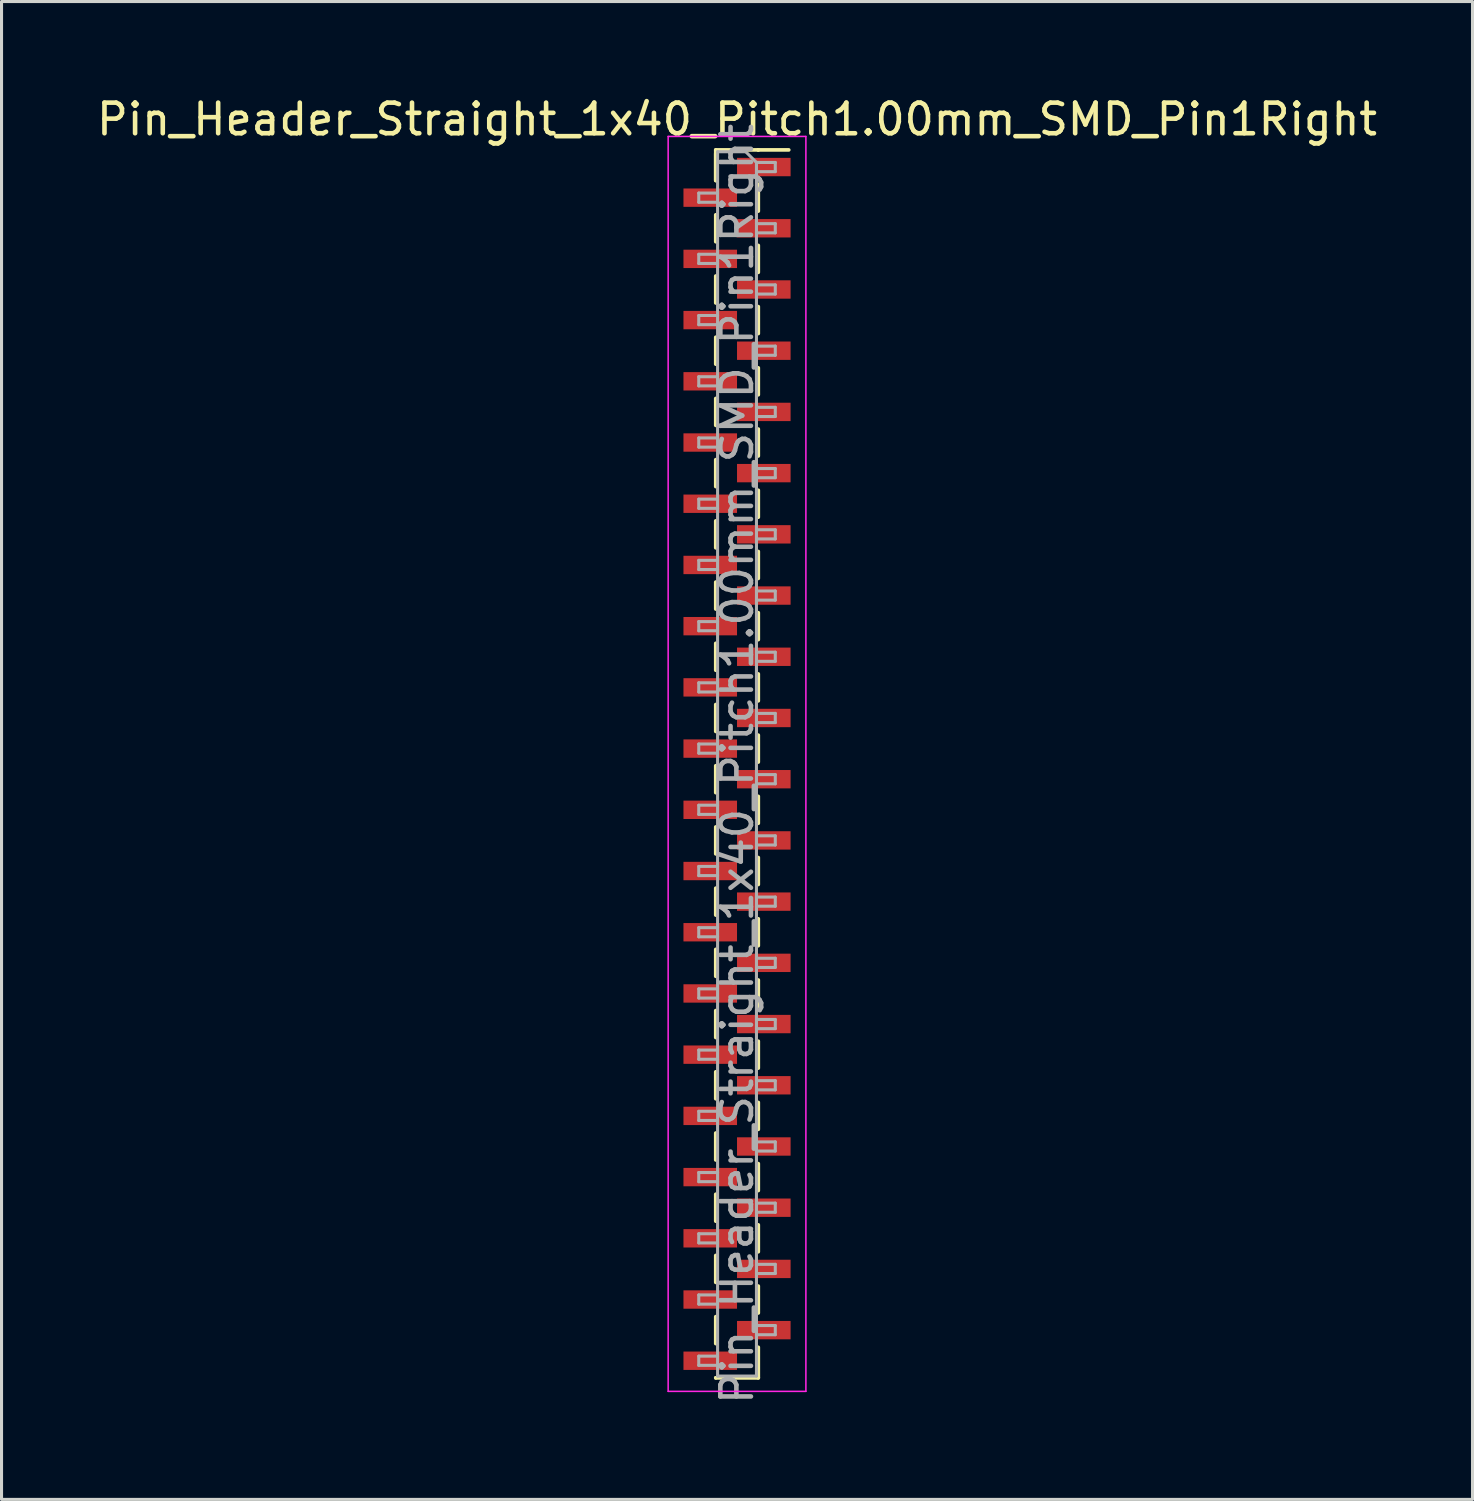
<source format=kicad_pcb>
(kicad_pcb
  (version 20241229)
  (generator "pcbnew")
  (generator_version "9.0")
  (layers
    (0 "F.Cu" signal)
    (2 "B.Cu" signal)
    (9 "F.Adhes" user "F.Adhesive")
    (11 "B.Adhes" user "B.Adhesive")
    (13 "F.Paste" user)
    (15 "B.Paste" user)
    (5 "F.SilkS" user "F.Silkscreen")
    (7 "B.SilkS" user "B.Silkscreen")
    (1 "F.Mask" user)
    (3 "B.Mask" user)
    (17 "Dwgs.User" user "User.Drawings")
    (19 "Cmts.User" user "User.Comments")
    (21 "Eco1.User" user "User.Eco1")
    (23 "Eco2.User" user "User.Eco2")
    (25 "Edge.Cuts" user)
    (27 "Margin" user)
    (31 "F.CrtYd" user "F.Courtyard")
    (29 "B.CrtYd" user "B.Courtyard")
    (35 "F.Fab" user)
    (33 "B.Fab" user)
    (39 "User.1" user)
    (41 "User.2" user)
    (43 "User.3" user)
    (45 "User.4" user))
  (footprint "Pin_Header_Straight_1x40_Pitch1.00mm_SMD_Pin1Right"
    (layer "F.Cu")
    (at 21.03 21.908)
    (property "Reference" "Pin_Header_Straight_1x40_Pitch1.00mm_SMD_Pin1Right" (at 0 -21.06 0) (layer "F.SilkS") (effects (font (size 1 1) (thickness 0.15))))
    (attr smd)
    (fp_line (start -0.695 -20.06) (end -0.695 -19.06) (stroke (width 0.12) (type solid)) (layer "F.SilkS"))
    (fp_line (start -0.695 -20.06) (end 0.695 -20.06) (stroke (width 0.12) (type solid)) (layer "F.SilkS"))
    (fp_line (start -0.695 -19.94) (end -0.695 -19.06) (stroke (width 0.12) (type solid)) (layer "F.SilkS"))
    (fp_line (start -0.695 -17.94) (end -0.695 -17.06) (stroke (width 0.12) (type solid)) (layer "F.SilkS"))
    (fp_line (start -0.695 -15.94) (end -0.695 -15.06) (stroke (width 0.12) (type solid)) (layer "F.SilkS"))
    (fp_line (start -0.695 -13.94) (end -0.695 -13.06) (stroke (width 0.12) (type solid)) (layer "F.SilkS"))
    (fp_line (start -0.695 -11.94) (end -0.695 -11.06) (stroke (width 0.12) (type solid)) (layer "F.SilkS"))
    (fp_line (start -0.695 -9.94) (end -0.695 -9.06) (stroke (width 0.12) (type solid)) (layer "F.SilkS"))
    (fp_line (start -0.695 -7.94) (end -0.695 -7.06) (stroke (width 0.12) (type solid)) (layer "F.SilkS"))
    (fp_line (start -0.695 -5.94) (end -0.695 -5.06) (stroke (width 0.12) (type solid)) (layer "F.SilkS"))
    (fp_line (start -0.695 -3.94) (end -0.695 -3.06) (stroke (width 0.12) (type solid)) (layer "F.SilkS"))
    (fp_line (start -0.695 -1.94) (end -0.695 -1.06) (stroke (width 0.12) (type solid)) (layer "F.SilkS"))
    (fp_line (start -0.695 0.06) (end -0.695 0.94) (stroke (width 0.12) (type solid)) (layer "F.SilkS"))
    (fp_line (start -0.695 2.06) (end -0.695 2.94) (stroke (width 0.12) (type solid)) (layer "F.SilkS"))
    (fp_line (start -0.695 4.06) (end -0.695 4.94) (stroke (width 0.12) (type solid)) (layer "F.SilkS"))
    (fp_line (start -0.695 6.06) (end -0.695 6.94) (stroke (width 0.12) (type solid)) (layer "F.SilkS"))
    (fp_line (start -0.695 8.06) (end -0.695 8.94) (stroke (width 0.12) (type solid)) (layer "F.SilkS"))
    (fp_line (start -0.695 10.06) (end -0.695 10.94) (stroke (width 0.12) (type solid)) (layer "F.SilkS"))
    (fp_line (start -0.695 12.06) (end -0.695 12.94) (stroke (width 0.12) (type solid)) (layer "F.SilkS"))
    (fp_line (start -0.695 14.06) (end -0.695 14.94) (stroke (width 0.12) (type solid)) (layer "F.SilkS"))
    (fp_line (start -0.695 16.06) (end -0.695 16.94) (stroke (width 0.12) (type solid)) (layer "F.SilkS"))
    (fp_line (start -0.695 18.06) (end -0.695 18.94) (stroke (width 0.12) (type solid)) (layer "F.SilkS"))
    (fp_line (start -0.695 20.06) (end -0.695 20.06) (stroke (width 0.12) (type solid)) (layer "F.SilkS"))
    (fp_line (start -0.695 20.06) (end 0.695 20.06) (stroke (width 0.12) (type solid)) (layer "F.SilkS"))
    (fp_line (start 0.695 -20.06) (end 0.695 -20.06) (stroke (width 0.12) (type solid)) (layer "F.SilkS"))
    (fp_line (start 0.695 -20.06) (end 1.69 -20.06) (stroke (width 0.12) (type solid)) (layer "F.SilkS"))
    (fp_line (start 0.695 -18.94) (end 0.695 -18.06) (stroke (width 0.12) (type solid)) (layer "F.SilkS"))
    (fp_line (start 0.695 -16.94) (end 0.695 -16.06) (stroke (width 0.12) (type solid)) (layer "F.SilkS"))
    (fp_line (start 0.695 -14.94) (end 0.695 -14.06) (stroke (width 0.12) (type solid)) (layer "F.SilkS"))
    (fp_line (start 0.695 -12.94) (end 0.695 -12.06) (stroke (width 0.12) (type solid)) (layer "F.SilkS"))
    (fp_line (start 0.695 -10.94) (end 0.695 -10.06) (stroke (width 0.12) (type solid)) (layer "F.SilkS"))
    (fp_line (start 0.695 -8.94) (end 0.695 -8.06) (stroke (width 0.12) (type solid)) (layer "F.SilkS"))
    (fp_line (start 0.695 -6.94) (end 0.695 -6.06) (stroke (width 0.12) (type solid)) (layer "F.SilkS"))
    (fp_line (start 0.695 -4.94) (end 0.695 -4.06) (stroke (width 0.12) (type solid)) (layer "F.SilkS"))
    (fp_line (start 0.695 -2.94) (end 0.695 -2.06) (stroke (width 0.12) (type solid)) (layer "F.SilkS"))
    (fp_line (start 0.695 -0.94) (end 0.695 -0.06) (stroke (width 0.12) (type solid)) (layer "F.SilkS"))
    (fp_line (start 0.695 1.06) (end 0.695 1.94) (stroke (width 0.12) (type solid)) (layer "F.SilkS"))
    (fp_line (start 0.695 3.06) (end 0.695 3.94) (stroke (width 0.12) (type solid)) (layer "F.SilkS"))
    (fp_line (start 0.695 5.06) (end 0.695 5.94) (stroke (width 0.12) (type solid)) (layer "F.SilkS"))
    (fp_line (start 0.695 7.06) (end 0.695 7.94) (stroke (width 0.12) (type solid)) (layer "F.SilkS"))
    (fp_line (start 0.695 9.06) (end 0.695 9.94) (stroke (width 0.12) (type solid)) (layer "F.SilkS"))
    (fp_line (start 0.695 11.06) (end 0.695 11.94) (stroke (width 0.12) (type solid)) (layer "F.SilkS"))
    (fp_line (start 0.695 13.06) (end 0.695 13.94) (stroke (width 0.12) (type solid)) (layer "F.SilkS"))
    (fp_line (start 0.695 15.06) (end 0.695 15.94) (stroke (width 0.12) (type solid)) (layer "F.SilkS"))
    (fp_line (start 0.695 17.06) (end 0.695 17.94) (stroke (width 0.12) (type solid)) (layer "F.SilkS"))
    (fp_line (start 0.695 19.06) (end 0.695 20.06) (stroke (width 0.12) (type solid)) (layer "F.SilkS"))
    (fp_line (start -2.25 -20.5) (end -2.25 20.5) (stroke (width 0.05) (type solid)) (layer "F.CrtYd"))
    (fp_line (start -2.25 20.5) (end 2.25 20.5) (stroke (width 0.05) (type solid)) (layer "F.CrtYd"))
    (fp_line (start 2.25 -20.5) (end -2.25 -20.5) (stroke (width 0.05) (type solid)) (layer "F.CrtYd"))
    (fp_line (start 2.25 20.5) (end 2.25 -20.5) (stroke (width 0.05) (type solid)) (layer "F.CrtYd"))
    (fp_line (start -1.25 -18.65) (end -1.25 -18.35) (stroke (width 0.1) (type solid)) (layer "F.Fab"))
    (fp_line (start -1.25 -18.35) (end -0.635 -18.35) (stroke (width 0.1) (type solid)) (layer "F.Fab"))
    (fp_line (start -1.25 -16.65) (end -1.25 -16.35) (stroke (width 0.1) (type solid)) (layer "F.Fab"))
    (fp_line (start -1.25 -16.35) (end -0.635 -16.35) (stroke (width 0.1) (type solid)) (layer "F.Fab"))
    (fp_line (start -1.25 -14.65) (end -1.25 -14.35) (stroke (width 0.1) (type solid)) (layer "F.Fab"))
    (fp_line (start -1.25 -14.35) (end -0.635 -14.35) (stroke (width 0.1) (type solid)) (layer "F.Fab"))
    (fp_line (start -1.25 -12.65) (end -1.25 -12.35) (stroke (width 0.1) (type solid)) (layer "F.Fab"))
    (fp_line (start -1.25 -12.35) (end -0.635 -12.35) (stroke (width 0.1) (type solid)) (layer "F.Fab"))
    (fp_line (start -1.25 -10.65) (end -1.25 -10.35) (stroke (width 0.1) (type solid)) (layer "F.Fab"))
    (fp_line (start -1.25 -10.35) (end -0.635 -10.35) (stroke (width 0.1) (type solid)) (layer "F.Fab"))
    (fp_line (start -1.25 -8.65) (end -1.25 -8.35) (stroke (width 0.1) (type solid)) (layer "F.Fab"))
    (fp_line (start -1.25 -8.35) (end -0.635 -8.35) (stroke (width 0.1) (type solid)) (layer "F.Fab"))
    (fp_line (start -1.25 -6.65) (end -1.25 -6.35) (stroke (width 0.1) (type solid)) (layer "F.Fab"))
    (fp_line (start -1.25 -6.35) (end -0.635 -6.35) (stroke (width 0.1) (type solid)) (layer "F.Fab"))
    (fp_line (start -1.25 -4.65) (end -1.25 -4.35) (stroke (width 0.1) (type solid)) (layer "F.Fab"))
    (fp_line (start -1.25 -4.35) (end -0.635 -4.35) (stroke (width 0.1) (type solid)) (layer "F.Fab"))
    (fp_line (start -1.25 -2.65) (end -1.25 -2.35) (stroke (width 0.1) (type solid)) (layer "F.Fab"))
    (fp_line (start -1.25 -2.35) (end -0.635 -2.35) (stroke (width 0.1) (type solid)) (layer "F.Fab"))
    (fp_line (start -1.25 -0.65) (end -1.25 -0.35) (stroke (width 0.1) (type solid)) (layer "F.Fab"))
    (fp_line (start -1.25 -0.35) (end -0.635 -0.35) (stroke (width 0.1) (type solid)) (layer "F.Fab"))
    (fp_line (start -1.25 1.35) (end -1.25 1.65) (stroke (width 0.1) (type solid)) (layer "F.Fab"))
    (fp_line (start -1.25 1.65) (end -0.635 1.65) (stroke (width 0.1) (type solid)) (layer "F.Fab"))
    (fp_line (start -1.25 3.35) (end -1.25 3.65) (stroke (width 0.1) (type solid)) (layer "F.Fab"))
    (fp_line (start -1.25 3.65) (end -0.635 3.65) (stroke (width 0.1) (type solid)) (layer "F.Fab"))
    (fp_line (start -1.25 5.35) (end -1.25 5.65) (stroke (width 0.1) (type solid)) (layer "F.Fab"))
    (fp_line (start -1.25 5.65) (end -0.635 5.65) (stroke (width 0.1) (type solid)) (layer "F.Fab"))
    (fp_line (start -1.25 7.35) (end -1.25 7.65) (stroke (width 0.1) (type solid)) (layer "F.Fab"))
    (fp_line (start -1.25 7.65) (end -0.635 7.65) (stroke (width 0.1) (type solid)) (layer "F.Fab"))
    (fp_line (start -1.25 9.35) (end -1.25 9.65) (stroke (width 0.1) (type solid)) (layer "F.Fab"))
    (fp_line (start -1.25 9.65) (end -0.635 9.65) (stroke (width 0.1) (type solid)) (layer "F.Fab"))
    (fp_line (start -1.25 11.35) (end -1.25 11.65) (stroke (width 0.1) (type solid)) (layer "F.Fab"))
    (fp_line (start -1.25 11.65) (end -0.635 11.65) (stroke (width 0.1) (type solid)) (layer "F.Fab"))
    (fp_line (start -1.25 13.35) (end -1.25 13.65) (stroke (width 0.1) (type solid)) (layer "F.Fab"))
    (fp_line (start -1.25 13.65) (end -0.635 13.65) (stroke (width 0.1) (type solid)) (layer "F.Fab"))
    (fp_line (start -1.25 15.35) (end -1.25 15.65) (stroke (width 0.1) (type solid)) (layer "F.Fab"))
    (fp_line (start -1.25 15.65) (end -0.635 15.65) (stroke (width 0.1) (type solid)) (layer "F.Fab"))
    (fp_line (start -1.25 17.35) (end -1.25 17.65) (stroke (width 0.1) (type solid)) (layer "F.Fab"))
    (fp_line (start -1.25 17.65) (end -0.635 17.65) (stroke (width 0.1) (type solid)) (layer "F.Fab"))
    (fp_line (start -1.25 19.35) (end -1.25 19.65) (stroke (width 0.1) (type solid)) (layer "F.Fab"))
    (fp_line (start -1.25 19.65) (end -0.635 19.65) (stroke (width 0.1) (type solid)) (layer "F.Fab"))
    (fp_line (start -0.635 -20) (end -0.635 20) (stroke (width 0.1) (type solid)) (layer "F.Fab"))
    (fp_line (start -0.635 -20) (end 0.285 -20) (stroke (width 0.1) (type solid)) (layer "F.Fab"))
    (fp_line (start -0.635 -18.65) (end -1.25 -18.65) (stroke (width 0.1) (type solid)) (layer "F.Fab"))
    (fp_line (start -0.635 -16.65) (end -1.25 -16.65) (stroke (width 0.1) (type solid)) (layer "F.Fab"))
    (fp_line (start -0.635 -14.65) (end -1.25 -14.65) (stroke (width 0.1) (type solid)) (layer "F.Fab"))
    (fp_line (start -0.635 -12.65) (end -1.25 -12.65) (stroke (width 0.1) (type solid)) (layer "F.Fab"))
    (fp_line (start -0.635 -10.65) (end -1.25 -10.65) (stroke (width 0.1) (type solid)) (layer "F.Fab"))
    (fp_line (start -0.635 -8.65) (end -1.25 -8.65) (stroke (width 0.1) (type solid)) (layer "F.Fab"))
    (fp_line (start -0.635 -6.65) (end -1.25 -6.65) (stroke (width 0.1) (type solid)) (layer "F.Fab"))
    (fp_line (start -0.635 -4.65) (end -1.25 -4.65) (stroke (width 0.1) (type solid)) (layer "F.Fab"))
    (fp_line (start -0.635 -2.65) (end -1.25 -2.65) (stroke (width 0.1) (type solid)) (layer "F.Fab"))
    (fp_line (start -0.635 -0.65) (end -1.25 -0.65) (stroke (width 0.1) (type solid)) (layer "F.Fab"))
    (fp_line (start -0.635 1.35) (end -1.25 1.35) (stroke (width 0.1) (type solid)) (layer "F.Fab"))
    (fp_line (start -0.635 3.35) (end -1.25 3.35) (stroke (width 0.1) (type solid)) (layer "F.Fab"))
    (fp_line (start -0.635 5.35) (end -1.25 5.35) (stroke (width 0.1) (type solid)) (layer "F.Fab"))
    (fp_line (start -0.635 7.35) (end -1.25 7.35) (stroke (width 0.1) (type solid)) (layer "F.Fab"))
    (fp_line (start -0.635 9.35) (end -1.25 9.35) (stroke (width 0.1) (type solid)) (layer "F.Fab"))
    (fp_line (start -0.635 11.35) (end -1.25 11.35) (stroke (width 0.1) (type solid)) (layer "F.Fab"))
    (fp_line (start -0.635 13.35) (end -1.25 13.35) (stroke (width 0.1) (type solid)) (layer "F.Fab"))
    (fp_line (start -0.635 15.35) (end -1.25 15.35) (stroke (width 0.1) (type solid)) (layer "F.Fab"))
    (fp_line (start -0.635 17.35) (end -1.25 17.35) (stroke (width 0.1) (type solid)) (layer "F.Fab"))
    (fp_line (start -0.635 19.35) (end -1.25 19.35) (stroke (width 0.1) (type solid)) (layer "F.Fab"))
    (fp_line (start 0.635 -19.65) (end 0.285 -20) (stroke (width 0.1) (type solid)) (layer "F.Fab"))
    (fp_line (start 0.635 -19.65) (end 1.25 -19.65) (stroke (width 0.1) (type solid)) (layer "F.Fab"))
    (fp_line (start 0.635 -17.65) (end 1.25 -17.65) (stroke (width 0.1) (type solid)) (layer "F.Fab"))
    (fp_line (start 0.635 -15.65) (end 1.25 -15.65) (stroke (width 0.1) (type solid)) (layer "F.Fab"))
    (fp_line (start 0.635 -13.65) (end 1.25 -13.65) (stroke (width 0.1) (type solid)) (layer "F.Fab"))
    (fp_line (start 0.635 -11.65) (end 1.25 -11.65) (stroke (width 0.1) (type solid)) (layer "F.Fab"))
    (fp_line (start 0.635 -9.65) (end 1.25 -9.65) (stroke (width 0.1) (type solid)) (layer "F.Fab"))
    (fp_line (start 0.635 -7.65) (end 1.25 -7.65) (stroke (width 0.1) (type solid)) (layer "F.Fab"))
    (fp_line (start 0.635 -5.65) (end 1.25 -5.65) (stroke (width 0.1) (type solid)) (layer "F.Fab"))
    (fp_line (start 0.635 -3.65) (end 1.25 -3.65) (stroke (width 0.1) (type solid)) (layer "F.Fab"))
    (fp_line (start 0.635 -1.65) (end 1.25 -1.65) (stroke (width 0.1) (type solid)) (layer "F.Fab"))
    (fp_line (start 0.635 0.35) (end 1.25 0.35) (stroke (width 0.1) (type solid)) (layer "F.Fab"))
    (fp_line (start 0.635 2.35) (end 1.25 2.35) (stroke (width 0.1) (type solid)) (layer "F.Fab"))
    (fp_line (start 0.635 4.35) (end 1.25 4.35) (stroke (width 0.1) (type solid)) (layer "F.Fab"))
    (fp_line (start 0.635 6.35) (end 1.25 6.35) (stroke (width 0.1) (type solid)) (layer "F.Fab"))
    (fp_line (start 0.635 8.35) (end 1.25 8.35) (stroke (width 0.1) (type solid)) (layer "F.Fab"))
    (fp_line (start 0.635 10.35) (end 1.25 10.35) (stroke (width 0.1) (type solid)) (layer "F.Fab"))
    (fp_line (start 0.635 12.35) (end 1.25 12.35) (stroke (width 0.1) (type solid)) (layer "F.Fab"))
    (fp_line (start 0.635 14.35) (end 1.25 14.35) (stroke (width 0.1) (type solid)) (layer "F.Fab"))
    (fp_line (start 0.635 16.35) (end 1.25 16.35) (stroke (width 0.1) (type solid)) (layer "F.Fab"))
    (fp_line (start 0.635 18.35) (end 1.25 18.35) (stroke (width 0.1) (type solid)) (layer "F.Fab"))
    (fp_line (start 0.635 20) (end -0.635 20) (stroke (width 0.1) (type solid)) (layer "F.Fab"))
    (fp_line (start 0.635 20) (end 0.635 -19.65) (stroke (width 0.1) (type solid)) (layer "F.Fab"))
    (fp_line (start 1.25 -19.65) (end 1.25 -19.35) (stroke (width 0.1) (type solid)) (layer "F.Fab"))
    (fp_line (start 1.25 -19.35) (end 0.635 -19.35) (stroke (width 0.1) (type solid)) (layer "F.Fab"))
    (fp_line (start 1.25 -17.65) (end 1.25 -17.35) (stroke (width 0.1) (type solid)) (layer "F.Fab"))
    (fp_line (start 1.25 -17.35) (end 0.635 -17.35) (stroke (width 0.1) (type solid)) (layer "F.Fab"))
    (fp_line (start 1.25 -15.65) (end 1.25 -15.35) (stroke (width 0.1) (type solid)) (layer "F.Fab"))
    (fp_line (start 1.25 -15.35) (end 0.635 -15.35) (stroke (width 0.1) (type solid)) (layer "F.Fab"))
    (fp_line (start 1.25 -13.65) (end 1.25 -13.35) (stroke (width 0.1) (type solid)) (layer "F.Fab"))
    (fp_line (start 1.25 -13.35) (end 0.635 -13.35) (stroke (width 0.1) (type solid)) (layer "F.Fab"))
    (fp_line (start 1.25 -11.65) (end 1.25 -11.35) (stroke (width 0.1) (type solid)) (layer "F.Fab"))
    (fp_line (start 1.25 -11.35) (end 0.635 -11.35) (stroke (width 0.1) (type solid)) (layer "F.Fab"))
    (fp_line (start 1.25 -9.65) (end 1.25 -9.35) (stroke (width 0.1) (type solid)) (layer "F.Fab"))
    (fp_line (start 1.25 -9.35) (end 0.635 -9.35) (stroke (width 0.1) (type solid)) (layer "F.Fab"))
    (fp_line (start 1.25 -7.65) (end 1.25 -7.35) (stroke (width 0.1) (type solid)) (layer "F.Fab"))
    (fp_line (start 1.25 -7.35) (end 0.635 -7.35) (stroke (width 0.1) (type solid)) (layer "F.Fab"))
    (fp_line (start 1.25 -5.65) (end 1.25 -5.35) (stroke (width 0.1) (type solid)) (layer "F.Fab"))
    (fp_line (start 1.25 -5.35) (end 0.635 -5.35) (stroke (width 0.1) (type solid)) (layer "F.Fab"))
    (fp_line (start 1.25 -3.65) (end 1.25 -3.35) (stroke (width 0.1) (type solid)) (layer "F.Fab"))
    (fp_line (start 1.25 -3.35) (end 0.635 -3.35) (stroke (width 0.1) (type solid)) (layer "F.Fab"))
    (fp_line (start 1.25 -1.65) (end 1.25 -1.35) (stroke (width 0.1) (type solid)) (layer "F.Fab"))
    (fp_line (start 1.25 -1.35) (end 0.635 -1.35) (stroke (width 0.1) (type solid)) (layer "F.Fab"))
    (fp_line (start 1.25 0.35) (end 1.25 0.65) (stroke (width 0.1) (type solid)) (layer "F.Fab"))
    (fp_line (start 1.25 0.65) (end 0.635 0.65) (stroke (width 0.1) (type solid)) (layer "F.Fab"))
    (fp_line (start 1.25 2.35) (end 1.25 2.65) (stroke (width 0.1) (type solid)) (layer "F.Fab"))
    (fp_line (start 1.25 2.65) (end 0.635 2.65) (stroke (width 0.1) (type solid)) (layer "F.Fab"))
    (fp_line (start 1.25 4.35) (end 1.25 4.65) (stroke (width 0.1) (type solid)) (layer "F.Fab"))
    (fp_line (start 1.25 4.65) (end 0.635 4.65) (stroke (width 0.1) (type solid)) (layer "F.Fab"))
    (fp_line (start 1.25 6.35) (end 1.25 6.65) (stroke (width 0.1) (type solid)) (layer "F.Fab"))
    (fp_line (start 1.25 6.65) (end 0.635 6.65) (stroke (width 0.1) (type solid)) (layer "F.Fab"))
    (fp_line (start 1.25 8.35) (end 1.25 8.65) (stroke (width 0.1) (type solid)) (layer "F.Fab"))
    (fp_line (start 1.25 8.65) (end 0.635 8.65) (stroke (width 0.1) (type solid)) (layer "F.Fab"))
    (fp_line (start 1.25 10.35) (end 1.25 10.65) (stroke (width 0.1) (type solid)) (layer "F.Fab"))
    (fp_line (start 1.25 10.65) (end 0.635 10.65) (stroke (width 0.1) (type solid)) (layer "F.Fab"))
    (fp_line (start 1.25 12.35) (end 1.25 12.65) (stroke (width 0.1) (type solid)) (layer "F.Fab"))
    (fp_line (start 1.25 12.65) (end 0.635 12.65) (stroke (width 0.1) (type solid)) (layer "F.Fab"))
    (fp_line (start 1.25 14.35) (end 1.25 14.65) (stroke (width 0.1) (type solid)) (layer "F.Fab"))
    (fp_line (start 1.25 14.65) (end 0.635 14.65) (stroke (width 0.1) (type solid)) (layer "F.Fab"))
    (fp_line (start 1.25 16.35) (end 1.25 16.65) (stroke (width 0.1) (type solid)) (layer "F.Fab"))
    (fp_line (start 1.25 16.65) (end 0.635 16.65) (stroke (width 0.1) (type solid)) (layer "F.Fab"))
    (fp_line (start 1.25 18.35) (end 1.25 18.65) (stroke (width 0.1) (type solid)) (layer "F.Fab"))
    (fp_line (start 1.25 18.65) (end 0.635 18.65) (stroke (width 0.1) (type solid)) (layer "F.Fab"))
    (fp_text user "${REFERENCE}" (at 0 0 90) (layer "F.Fab") (effects (font (size 1 1) (thickness 0.15))))
    (pad "1" smd rect (at 0.875 -19.5) (size 1.75 0.6) (layers "F.Cu" "F.Mask" "F.Paste"))
    (pad "2" smd rect (at -0.875 -18.5) (size 1.75 0.6) (layers "F.Cu" "F.Mask" "F.Paste"))
    (pad "3" smd rect (at 0.875 -17.5) (size 1.75 0.6) (layers "F.Cu" "F.Mask" "F.Paste"))
    (pad "4" smd rect (at -0.875 -16.5) (size 1.75 0.6) (layers "F.Cu" "F.Mask" "F.Paste"))
    (pad "5" smd rect (at 0.875 -15.5) (size 1.75 0.6) (layers "F.Cu" "F.Mask" "F.Paste"))
    (pad "6" smd rect (at -0.875 -14.5) (size 1.75 0.6) (layers "F.Cu" "F.Mask" "F.Paste"))
    (pad "7" smd rect (at 0.875 -13.5) (size 1.75 0.6) (layers "F.Cu" "F.Mask" "F.Paste"))
    (pad "8" smd rect (at -0.875 -12.5) (size 1.75 0.6) (layers "F.Cu" "F.Mask" "F.Paste"))
    (pad "9" smd rect (at 0.875 -11.5) (size 1.75 0.6) (layers "F.Cu" "F.Mask" "F.Paste"))
    (pad "10" smd rect (at -0.875 -10.5) (size 1.75 0.6) (layers "F.Cu" "F.Mask" "F.Paste"))
    (pad "11" smd rect (at 0.875 -9.5) (size 1.75 0.6) (layers "F.Cu" "F.Mask" "F.Paste"))
    (pad "12" smd rect (at -0.875 -8.5) (size 1.75 0.6) (layers "F.Cu" "F.Mask" "F.Paste"))
    (pad "13" smd rect (at 0.875 -7.5) (size 1.75 0.6) (layers "F.Cu" "F.Mask" "F.Paste"))
    (pad "14" smd rect (at -0.875 -6.5) (size 1.75 0.6) (layers "F.Cu" "F.Mask" "F.Paste"))
    (pad "15" smd rect (at 0.875 -5.5) (size 1.75 0.6) (layers "F.Cu" "F.Mask" "F.Paste"))
    (pad "16" smd rect (at -0.875 -4.5) (size 1.75 0.6) (layers "F.Cu" "F.Mask" "F.Paste"))
    (pad "17" smd rect (at 0.875 -3.5) (size 1.75 0.6) (layers "F.Cu" "F.Mask" "F.Paste"))
    (pad "18" smd rect (at -0.875 -2.5) (size 1.75 0.6) (layers "F.Cu" "F.Mask" "F.Paste"))
    (pad "19" smd rect (at 0.875 -1.5) (size 1.75 0.6) (layers "F.Cu" "F.Mask" "F.Paste"))
    (pad "20" smd rect (at -0.875 -0.5) (size 1.75 0.6) (layers "F.Cu" "F.Mask" "F.Paste"))
    (pad "21" smd rect (at 0.875 0.5) (size 1.75 0.6) (layers "F.Cu" "F.Mask" "F.Paste"))
    (pad "22" smd rect (at -0.875 1.5) (size 1.75 0.6) (layers "F.Cu" "F.Mask" "F.Paste"))
    (pad "23" smd rect (at 0.875 2.5) (size 1.75 0.6) (layers "F.Cu" "F.Mask" "F.Paste"))
    (pad "24" smd rect (at -0.875 3.5) (size 1.75 0.6) (layers "F.Cu" "F.Mask" "F.Paste"))
    (pad "25" smd rect (at 0.875 4.5) (size 1.75 0.6) (layers "F.Cu" "F.Mask" "F.Paste"))
    (pad "26" smd rect (at -0.875 5.5) (size 1.75 0.6) (layers "F.Cu" "F.Mask" "F.Paste"))
    (pad "27" smd rect (at 0.875 6.5) (size 1.75 0.6) (layers "F.Cu" "F.Mask" "F.Paste"))
    (pad "28" smd rect (at -0.875 7.5) (size 1.75 0.6) (layers "F.Cu" "F.Mask" "F.Paste"))
    (pad "29" smd rect (at 0.875 8.5) (size 1.75 0.6) (layers "F.Cu" "F.Mask" "F.Paste"))
    (pad "30" smd rect (at -0.875 9.5) (size 1.75 0.6) (layers "F.Cu" "F.Mask" "F.Paste"))
    (pad "31" smd rect (at 0.875 10.5) (size 1.75 0.6) (layers "F.Cu" "F.Mask" "F.Paste"))
    (pad "32" smd rect (at -0.875 11.5) (size 1.75 0.6) (layers "F.Cu" "F.Mask" "F.Paste"))
    (pad "33" smd rect (at 0.875 12.5) (size 1.75 0.6) (layers "F.Cu" "F.Mask" "F.Paste"))
    (pad "34" smd rect (at -0.875 13.5) (size 1.75 0.6) (layers "F.Cu" "F.Mask" "F.Paste"))
    (pad "35" smd rect (at 0.875 14.5) (size 1.75 0.6) (layers "F.Cu" "F.Mask" "F.Paste"))
    (pad "36" smd rect (at -0.875 15.5) (size 1.75 0.6) (layers "F.Cu" "F.Mask" "F.Paste"))
    (pad "37" smd rect (at 0.875 16.5) (size 1.75 0.6) (layers "F.Cu" "F.Mask" "F.Paste"))
    (pad "38" smd rect (at -0.875 17.5) (size 1.75 0.6) (layers "F.Cu" "F.Mask" "F.Paste"))
    (pad "39" smd rect (at 0.875 18.5) (size 1.75 0.6) (layers "F.Cu" "F.Mask" "F.Paste"))
    (pad "40" smd rect (at -0.875 19.5) (size 1.75 0.6) (layers "F.Cu" "F.Mask" "F.Paste")))
  (gr_rect
    (start -3 -3)
    (end 45.06 45.938)
    (stroke (width 0.1) (type default))
    (fill no)
    (layer "Edge.Cuts")))
</source>
